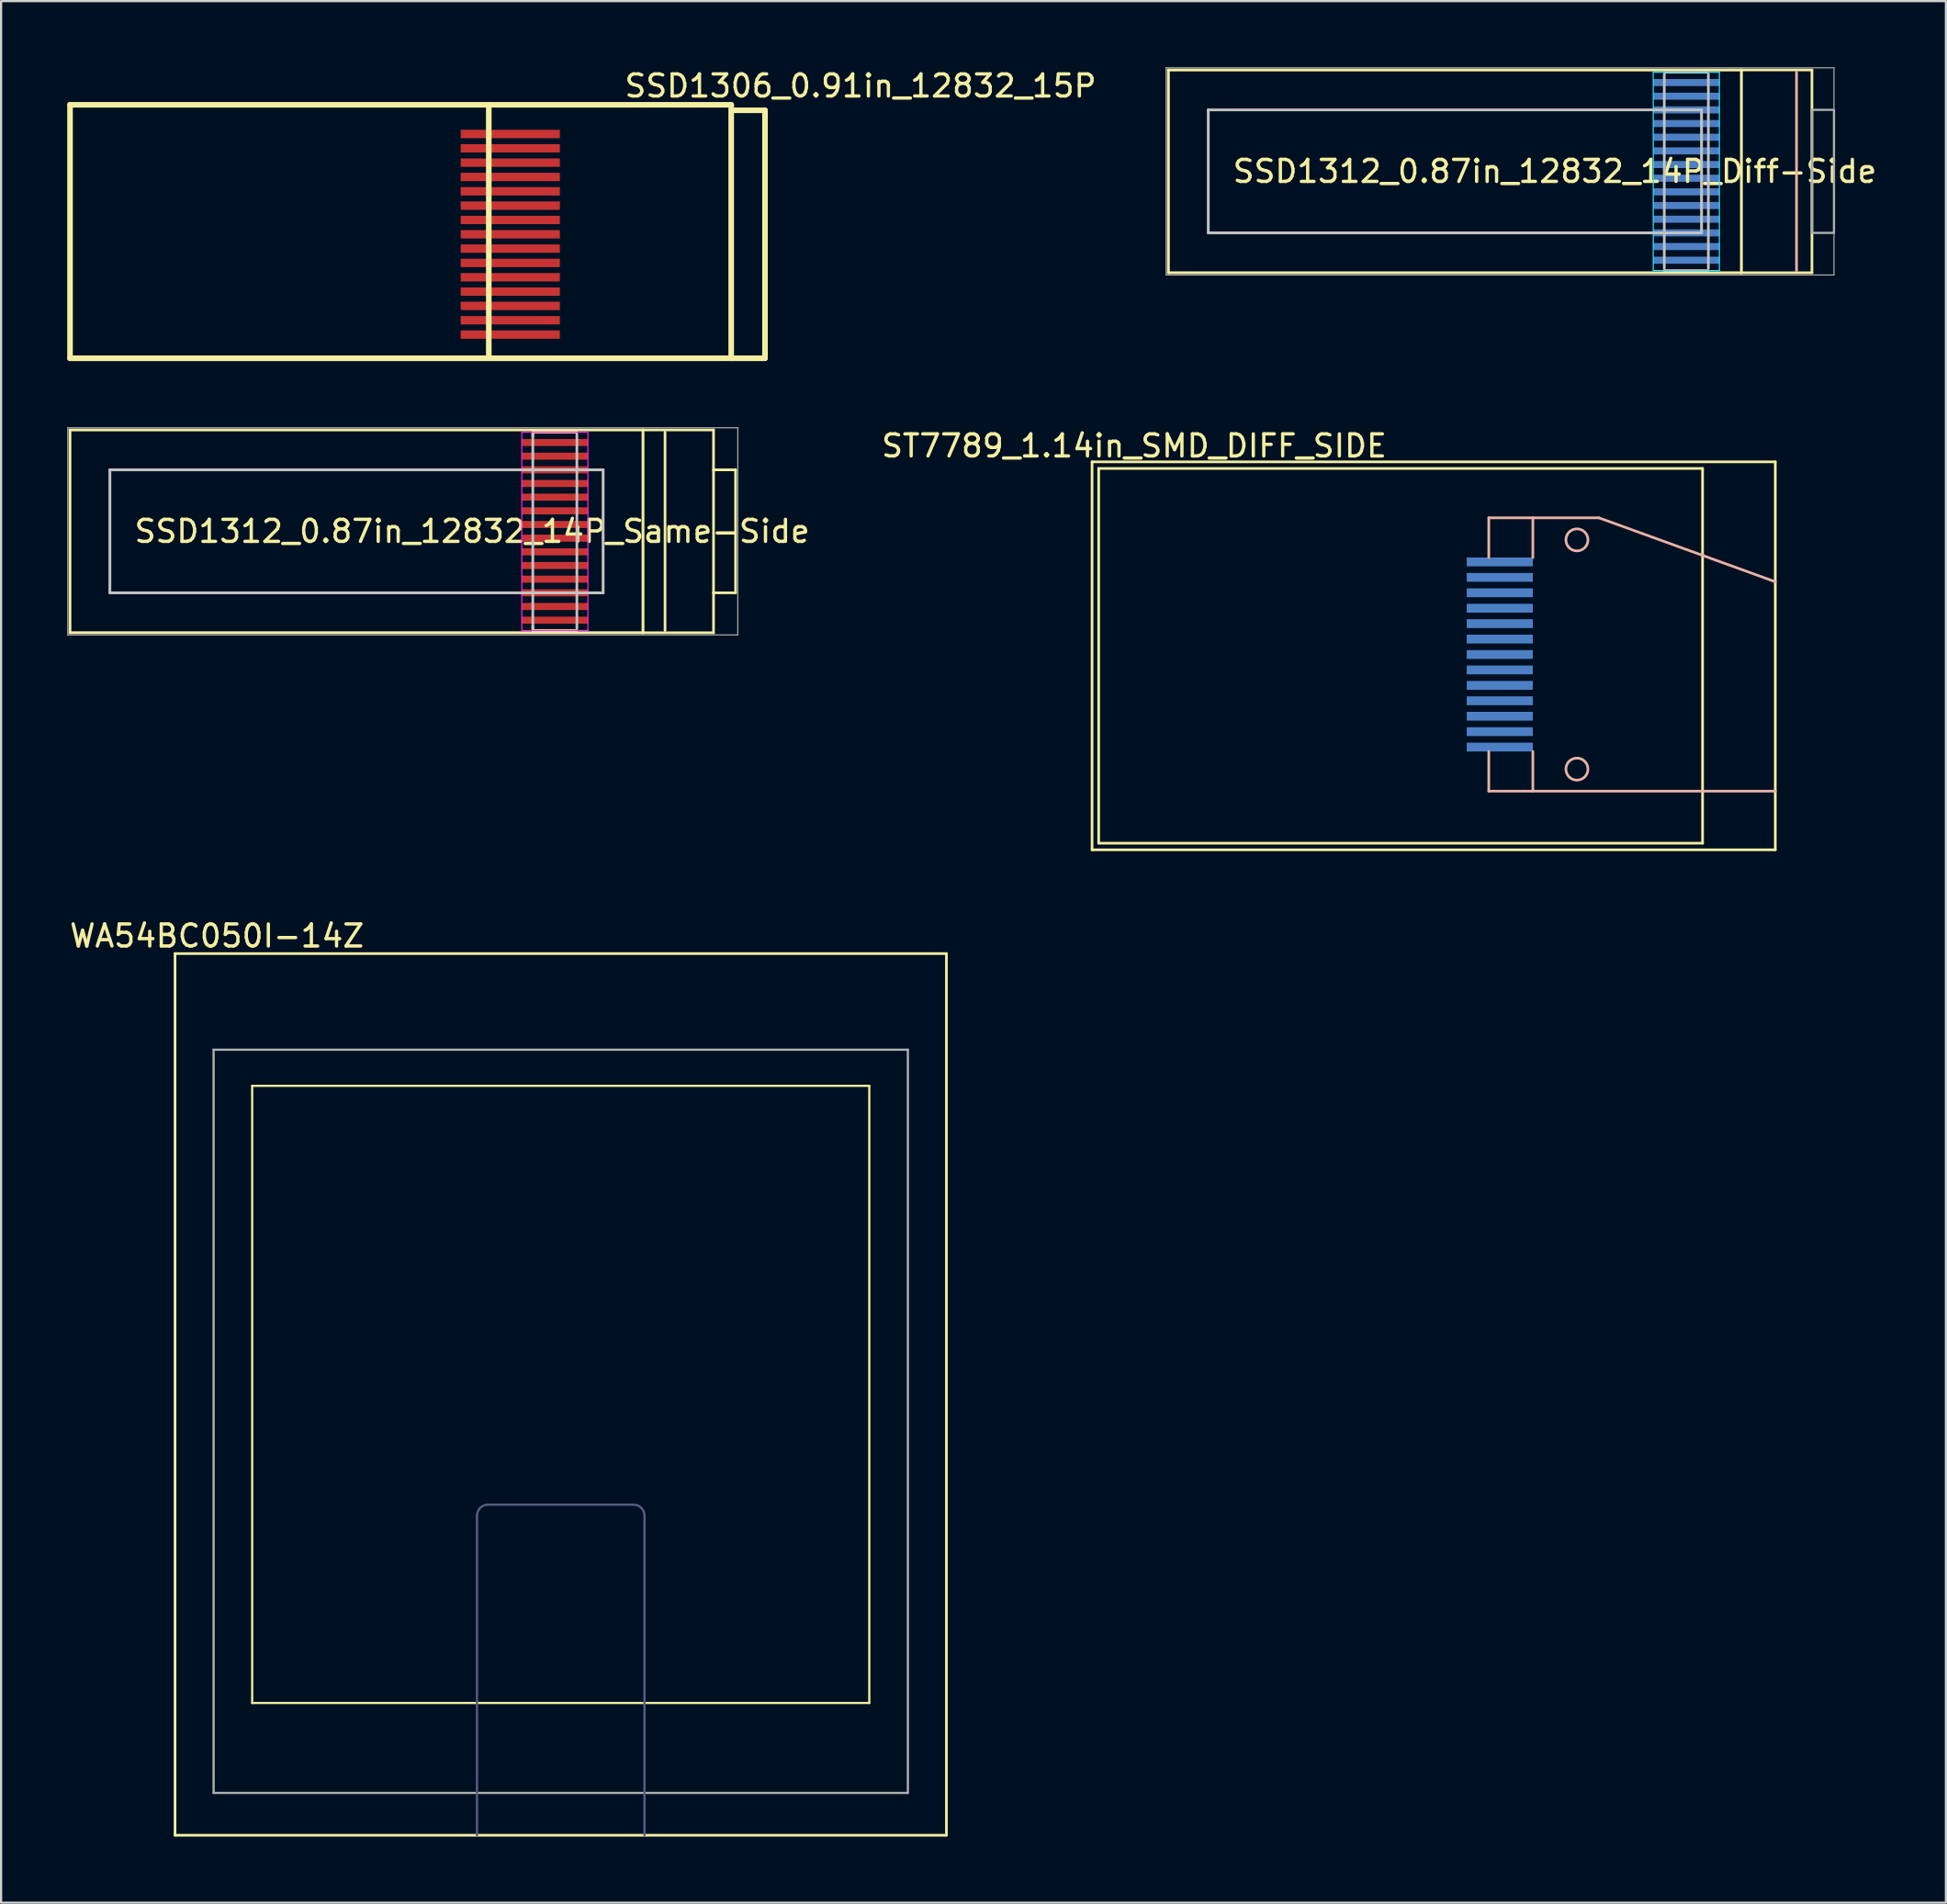
<source format=kicad_pcb>
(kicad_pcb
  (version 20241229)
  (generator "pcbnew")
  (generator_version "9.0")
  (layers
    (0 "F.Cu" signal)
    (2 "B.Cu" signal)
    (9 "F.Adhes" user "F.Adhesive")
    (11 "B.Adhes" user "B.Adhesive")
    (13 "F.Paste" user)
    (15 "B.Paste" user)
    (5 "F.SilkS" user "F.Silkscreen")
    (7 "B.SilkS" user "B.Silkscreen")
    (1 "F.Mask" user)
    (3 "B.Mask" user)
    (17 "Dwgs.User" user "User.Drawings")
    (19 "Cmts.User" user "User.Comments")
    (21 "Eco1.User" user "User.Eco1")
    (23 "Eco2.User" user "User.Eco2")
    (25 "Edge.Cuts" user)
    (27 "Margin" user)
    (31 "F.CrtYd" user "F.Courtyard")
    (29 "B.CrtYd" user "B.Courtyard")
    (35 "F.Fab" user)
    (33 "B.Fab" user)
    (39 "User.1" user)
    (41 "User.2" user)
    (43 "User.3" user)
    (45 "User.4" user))
  (footprint "SSD1312_0.87in_12832_14P_Same-Side"
    (layer "F.Cu")
    (at 13.125 21.056)
    (property "Reference" "SSD1312_0.87in_12832_14P_Same-Side" (at -10.16 0 180) (layer "F.SilkS") (effects (font (size 1 1) (thickness 0.15)) (justify left)))
    (attr smd)
    (fp_line (start -13 -4.6) (end -13 4.6) (stroke (width 0.127) (type solid)) (layer "F.SilkS"))
    (fp_line (start -13 -4.6) (end 13 -4.6) (stroke (width 0.127) (type solid)) (layer "F.SilkS"))
    (fp_line (start 8 -4.5) (end 8 -4.3) (stroke (width 0.12) (type default)) (layer "F.SilkS"))
    (fp_line (start 8 -4.5) (end 10 -4.5) (stroke (width 0.12) (type default)) (layer "F.SilkS"))
    (fp_line (start 8 4.5) (end 8 4.3) (stroke (width 0.12) (type default)) (layer "F.SilkS"))
    (fp_line (start 8 4.5) (end 10 4.5) (stroke (width 0.12) (type default)) (layer "F.SilkS"))
    (fp_line (start 13 -4.6) (end 16.2 -4.6) (stroke (width 0.12) (type default)) (layer "F.SilkS"))
    (fp_line (start 13 4.6) (end -13 4.6) (stroke (width 0.127) (type solid)) (layer "F.SilkS"))
    (fp_line (start 13 4.6) (end 13 -4.6) (stroke (width 0.127) (type solid)) (layer "F.SilkS"))
    (fp_line (start 13 4.6) (end 16.2 4.6) (stroke (width 0.12) (type default)) (layer "F.SilkS"))
    (fp_line (start 14 -4.5) (end 14 4.5) (stroke (width 0.12) (type default)) (layer "F.SilkS"))
    (fp_line (start 16.2 -4.6) (end 16.2 -2.79) (stroke (width 0.12) (type default)) (layer "F.SilkS"))
    (fp_line (start 16.2 -2.79) (end 16.2 2.79) (stroke (width 0.12) (type default)) (layer "F.SilkS"))
    (fp_line (start 16.2 -2.79) (end 17.2 -2.79) (stroke (width 0.12) (type default)) (layer "F.SilkS"))
    (fp_line (start 16.2 2.79) (end 16.2 4.6) (stroke (width 0.12) (type default)) (layer "F.SilkS"))
    (fp_line (start 17.2 -2.79) (end 17.2 2.79) (stroke (width 0.12) (type default)) (layer "F.SilkS"))
    (fp_line (start 17.2 2.79) (end 16.2 2.79) (stroke (width 0.12) (type default)) (layer "F.SilkS"))
    (fp_line (start -11.19 -2.79) (end 11.19 -2.79) (stroke (width 0.127) (type solid)) (layer "Dwgs.User"))
    (fp_line (start -11.19 2.79) (end -11.19 -2.79) (stroke (width 0.127) (type solid)) (layer "Dwgs.User"))
    (fp_line (start 8 4.4) (end 8 -4.4) (stroke (width 0.12) (type default)) (layer "Dwgs.User"))
    (fp_line (start 10 -4.4) (end 10 4.4) (stroke (width 0.12) (type default)) (layer "Dwgs.User"))
    (fp_line (start 11.19 -2.79) (end 11.19 2.79) (stroke (width 0.127) (type solid)) (layer "Dwgs.User"))
    (fp_line (start 11.19 2.79) (end -11.19 2.79) (stroke (width 0.127) (type solid)) (layer "Dwgs.User"))
    (fp_line (start 7.5 -4.5) (end 10.5 -4.5) (stroke (width 0.05) (type default)) (layer "F.CrtYd"))
    (fp_line (start 7.5 4.5) (end 7.5 -4.5) (stroke (width 0.05) (type default)) (layer "F.CrtYd"))
    (fp_line (start 10.5 -4.5) (end 10.5 4.5) (stroke (width 0.05) (type default)) (layer "F.CrtYd"))
    (fp_line (start 10.5 4.5) (end 7.5 4.5) (stroke (width 0.05) (type default)) (layer "F.CrtYd"))
    (fp_line (start -13.1 -4.7) (end 17.3 -4.7) (stroke (width 0.05) (type default)) (layer "F.Fab"))
    (fp_line (start -13.1 4.7) (end -13.1 -4.7) (stroke (width 0.05) (type default)) (layer "F.Fab"))
    (fp_line (start 17.3 -4.7) (end 17.3 4.7) (stroke (width 0.05) (type default)) (layer "F.Fab"))
    (fp_line (start 17.3 4.7) (end -13.1 4.7) (stroke (width 0.05) (type default)) (layer "F.Fab"))
    (pad "1" smd rect (at 9 4.03) (size 3 0.32) (layers "F.Cu" "F.Mask" "F.Paste"))
    (pad "2" smd rect (at 9 3.41) (size 3 0.32) (layers "F.Cu" "F.Mask" "F.Paste"))
    (pad "3" smd rect (at 9 2.79) (size 3 0.32) (layers "F.Cu" "F.Mask" "F.Paste"))
    (pad "4" smd rect (at 9 2.17) (size 3 0.32) (layers "F.Cu" "F.Mask" "F.Paste"))
    (pad "5" smd rect (at 9 1.55) (size 3 0.32) (layers "F.Cu" "F.Mask" "F.Paste"))
    (pad "6" smd rect (at 9 0.93) (size 3 0.32) (layers "F.Cu" "F.Mask" "F.Paste"))
    (pad "7" smd rect (at 9 0.31) (size 3 0.32) (layers "F.Cu" "F.Mask" "F.Paste"))
    (pad "8" smd rect (at 9 -0.31) (size 3 0.32) (layers "F.Cu" "F.Mask" "F.Paste"))
    (pad "9" smd rect (at 9 -0.93) (size 3 0.32) (layers "F.Cu" "F.Mask" "F.Paste"))
    (pad "10" smd rect (at 9 -1.55) (size 3 0.32) (layers "F.Cu" "F.Mask" "F.Paste"))
    (pad "11" smd rect (at 9 -2.17) (size 3 0.32) (layers "F.Cu" "F.Mask" "F.Paste"))
    (pad "12" smd rect (at 9 -2.79) (size 3 0.32) (layers "F.Cu" "F.Mask" "F.Paste"))
    (pad "13" smd rect (at 9 -3.41) (size 3 0.32) (layers "F.Cu" "F.Mask" "F.Paste"))
    (pad "14" smd rect (at 9 -4.03) (size 3 0.32) (layers "F.Cu" "F.Mask" "F.Paste")))
  (footprint "WA54BC050I-14Z"
    (layer "F.Cu")
    (at 22.392 60.213)
    (property "Reference" "WA54BC050I-14Z" (at -15.6 -20.8 0) (layer "F.SilkS") (effects (font (size 1 1) (thickness 0.15))))
    (attr smd)
    (fp_line (start -17.5 -20) (end -17.5 20) (stroke (width 0.12) (type solid)) (layer "F.SilkS"))
    (fp_line (start -17.5 20) (end 17.5 20) (stroke (width 0.12) (type solid)) (layer "F.SilkS"))
    (fp_line (start -14 -14) (end -14 14) (stroke (width 0.1) (type solid)) (layer "F.SilkS"))
    (fp_line (start -14 -14) (end 14 -14) (stroke (width 0.1) (type solid)) (layer "F.SilkS"))
    (fp_line (start -14 14) (end 14 14) (stroke (width 0.1) (type solid)) (layer "F.SilkS"))
    (fp_line (start 14 -14) (end 14 14) (stroke (width 0.1) (type solid)) (layer "F.SilkS"))
    (fp_line (start 17.5 -20) (end -17.5 -20) (stroke (width 0.12) (type solid)) (layer "F.SilkS"))
    (fp_line (start 17.5 -20) (end 17.5 20) (stroke (width 0.12) (type solid)) (layer "F.SilkS"))
    (fp_line (start -3.8 20) (end -3.8 5.5) (stroke (width 0.1) (type default)) (layer "B.Fab"))
    (fp_line (start -3.3 5) (end 3.3 5) (stroke (width 0.1) (type default)) (layer "B.Fab"))
    (fp_line (start 3.8 20) (end 3.8 5.5) (stroke (width 0.1) (type default)) (layer "B.Fab"))
    (fp_arc (start -3.8 5.5) (mid -3.653553 5.146447) (end -3.3 5) (stroke (width 0.1) (type default)) (layer "B.Fab"))
    (fp_arc (start 3.3 5) (mid 3.653553 5.146447) (end 3.8 5.5) (stroke (width 0.1) (type default)) (layer "B.Fab"))
    (fp_line (start -15.75 -15.64) (end -15.75 18.08) (stroke (width 0.1) (type solid)) (layer "F.Fab"))
    (fp_line (start 15.75 -15.64) (end -15.75 -15.64) (stroke (width 0.1) (type solid)) (layer "F.Fab"))
    (fp_line (start 15.75 -15.64) (end 15.75 18.08) (stroke (width 0.1) (type solid)) (layer "F.Fab"))
    (fp_line (start 15.75 18.08) (end -15.75 18.08) (stroke (width 0.1) (type solid)) (layer "F.Fab")))
  (footprint "SSD1312_0.87in_12832_14P_Diff-Side"
    (layer "F.Cu")
    (at 62.963 4.725)
    (property "Reference" "SSD1312_0.87in_12832_14P_Diff-Side" (at -10.16 0 180) (layer "F.SilkS") (effects (font (size 1 1) (thickness 0.15)) (justify left)))
    (attr smd)
    (fp_line (start -13 -4.6) (end -13 4.6) (stroke (width 0.127) (type solid)) (layer "F.SilkS"))
    (fp_line (start -13 -4.6) (end 13 -4.6) (stroke (width 0.127) (type solid)) (layer "F.SilkS"))
    (fp_line (start 13 -4.6) (end 16.2 -4.6) (stroke (width 0.12) (type default)) (layer "F.SilkS"))
    (fp_line (start 13 4.6) (end -13 4.6) (stroke (width 0.127) (type solid)) (layer "F.SilkS"))
    (fp_line (start 13 4.6) (end 13 -4.6) (stroke (width 0.127) (type solid)) (layer "F.SilkS"))
    (fp_line (start 13 4.6) (end 16.2 4.6) (stroke (width 0.12) (type default)) (layer "F.SilkS"))
    (fp_line (start 16.2 -4.6) (end 16.2 4.6) (stroke (width 0.12) (type default)) (layer "F.SilkS"))
    (fp_line (start 9.5 -4.5) (end 11.5 -4.5) (stroke (width 0.12) (type default)) (layer "B.SilkS"))
    (fp_line (start 9.5 4.5) (end 11.5 4.5) (stroke (width 0.12) (type default)) (layer "B.SilkS"))
    (fp_line (start 15.5 -4.5) (end 15.5 4.5) (stroke (width 0.12) (type default)) (layer "B.SilkS"))
    (fp_line (start -11.19 -2.79) (end 11.19 -2.79) (stroke (width 0.127) (type solid)) (layer "Dwgs.User"))
    (fp_line (start -11.19 2.79) (end -11.19 -2.79) (stroke (width 0.127) (type solid)) (layer "Dwgs.User"))
    (fp_line (start 9.5 4.4) (end 9.5 -4.4) (stroke (width 0.12) (type default)) (layer "Dwgs.User"))
    (fp_line (start 11.19 -2.79) (end 11.19 2.79) (stroke (width 0.127) (type solid)) (layer "Dwgs.User"))
    (fp_line (start 11.19 2.79) (end -11.19 2.79) (stroke (width 0.127) (type solid)) (layer "Dwgs.User"))
    (fp_line (start 11.5 -4.4) (end 11.5 4.4) (stroke (width 0.12) (type default)) (layer "Dwgs.User"))
    (fp_line (start 9 -4.5) (end 9 4.5) (stroke (width 0.05) (type default)) (layer "B.CrtYd"))
    (fp_line (start 9 4.5) (end 12 4.5) (stroke (width 0.05) (type default)) (layer "B.CrtYd"))
    (fp_line (start 12 -4.5) (end 9 -4.5) (stroke (width 0.05) (type default)) (layer "B.CrtYd"))
    (fp_line (start 12 4.5) (end 12 -4.5) (stroke (width 0.05) (type default)) (layer "B.CrtYd"))
    (fp_line (start -13.1 -4.7) (end 17.2 -4.7) (stroke (width 0.05) (type default)) (layer "F.Fab"))
    (fp_line (start -13.1 4.7) (end -13.1 -4.7) (stroke (width 0.05) (type default)) (layer "F.Fab"))
    (fp_line (start 17.2 4.7) (end -13.1 4.7) (stroke (width 0.05) (type default)) (layer "F.Fab"))
    (fp_line (start 17.2 4.7) (end 17.2 -4.7) (stroke (width 0.05) (type default)) (layer "F.Fab"))
    (fp_rect (start 16.2 -2.79) (end 17.2 2.79) (stroke (width 0.1) (type default)) (fill no) (layer "F.Fab"))
    (pad "1" smd rect (at 10.5 4.03) (size 3 0.32) (layers "B.Cu" "B.Mask" "B.Paste"))
    (pad "2" smd rect (at 10.5 3.41) (size 3 0.32) (layers "B.Cu" "B.Mask" "B.Paste"))
    (pad "3" smd rect (at 10.5 2.79) (size 3 0.32) (layers "B.Cu" "B.Mask" "B.Paste"))
    (pad "4" smd rect (at 10.5 2.17) (size 3 0.32) (layers "B.Cu" "B.Mask" "B.Paste"))
    (pad "5" smd rect (at 10.5 1.55) (size 3 0.32) (layers "B.Cu" "B.Mask" "B.Paste"))
    (pad "6" smd rect (at 10.5 0.93) (size 3 0.32) (layers "B.Cu" "B.Mask" "B.Paste"))
    (pad "7" smd rect (at 10.5 0.31) (size 3 0.32) (layers "B.Cu" "B.Mask" "B.Paste"))
    (pad "8" smd rect (at 10.5 -0.31) (size 3 0.32) (layers "B.Cu" "B.Mask" "B.Paste"))
    (pad "9" smd rect (at 10.5 -0.93) (size 3 0.32) (layers "B.Cu" "B.Mask" "B.Paste"))
    (pad "10" smd rect (at 10.5 -1.55) (size 3 0.32) (layers "B.Cu" "B.Mask" "B.Paste"))
    (pad "11" smd rect (at 10.5 -2.17) (size 3 0.32) (layers "B.Cu" "B.Mask" "B.Paste"))
    (pad "12" smd rect (at 10.5 -2.79) (size 3 0.32) (layers "B.Cu" "B.Mask" "B.Paste"))
    (pad "13" smd rect (at 10.5 -3.41) (size 3 0.32) (layers "B.Cu" "B.Mask" "B.Paste"))
    (pad "14" smd rect (at 10.5 -4.03) (size 3 0.32) (layers "B.Cu" "B.Mask" "B.Paste")))
  (footprint "ST7789_1.14in_SMD_DIFF_SIDE"
    (layer "F.Cu")
    (at 62 26.704)
    (property "Reference" "ST7789_1.14in_SMD_DIFF_SIDE" (at -13.589 -9.525 0) (layer "F.SilkS") (effects (font (size 1 1) (thickness 0.15))))
    (attr smd)
    (fp_line (start -15.5 -8.8) (end -15.5 8.8) (stroke (width 0.12) (type solid)) (layer "F.SilkS"))
    (fp_line (start -15.5 -8.8) (end 15.5 -8.8) (stroke (width 0.12) (type solid)) (layer "F.SilkS"))
    (fp_line (start -15.5 8.8) (end 15.5 8.8) (stroke (width 0.12) (type solid)) (layer "F.SilkS"))
    (fp_line (start -15.2 -8.5) (end -15.2 8.5) (stroke (width 0.12) (type solid)) (layer "F.SilkS"))
    (fp_line (start -15.2 -8.5) (end 12.2 -8.5) (stroke (width 0.12) (type solid)) (layer "F.SilkS"))
    (fp_line (start -15.2 8.5) (end 12.2 8.5) (stroke (width 0.12) (type solid)) (layer "F.SilkS"))
    (fp_line (start 12.2 -8.5) (end 12.2 8.5) (stroke (width 0.12) (type solid)) (layer "F.SilkS"))
    (fp_line (start 15.5 -8.8) (end 15.5 8.8) (stroke (width 0.12) (type solid)) (layer "F.SilkS"))
    (fp_line (start 2.5 -6.26) (end 2.5 -4.46) (stroke (width 0.12) (type solid)) (layer "B.SilkS"))
    (fp_line (start 2.5 6.14) (end 2.5 4.34) (stroke (width 0.12) (type solid)) (layer "B.SilkS"))
    (fp_line (start 4.5 -6.26) (end 4.5 -4.46) (stroke (width 0.12) (type solid)) (layer "B.SilkS"))
    (fp_line (start 4.5 6.14) (end 4.5 4.34) (stroke (width 0.12) (type solid)) (layer "B.SilkS"))
    (fp_line (start 7.5 -6.26) (end 2.5 -6.26) (stroke (width 0.12) (type solid)) (layer "B.SilkS"))
    (fp_line (start 7.5 -6.26) (end 15.5 -3.36) (stroke (width 0.12) (type solid)) (layer "B.SilkS"))
    (fp_line (start 15.5 6.14) (end 2.5 6.14) (stroke (width 0.12) (type solid)) (layer "B.SilkS"))
    (fp_circle (center 6.5 -5.26) (end 7 -5.26) (stroke (width 0.12) (type solid)) (fill no) (layer "B.SilkS"))
    (fp_circle (center 6.5 5.14) (end 7 5.14) (stroke (width 0.12) (type solid)) (fill no) (layer "B.SilkS"))
    (pad "1" smd rect (at 3 -4.26 90) (size 0.4 3) (layers "B.Cu" "B.Paste"))
    (pad "2" smd rect (at 3 -3.56 90) (size 0.4 3) (layers "B.Cu" "B.Paste"))
    (pad "3" smd rect (at 3 -2.86 90) (size 0.4 3) (layers "B.Cu" "B.Paste"))
    (pad "4" smd rect (at 3 -2.16 90) (size 0.4 3) (layers "B.Cu" "B.Paste"))
    (pad "5" smd rect (at 3 -1.46 90) (size 0.4 3) (layers "B.Cu" "B.Paste"))
    (pad "6" smd rect (at 3 -0.76 90) (size 0.4 3) (layers "B.Cu" "B.Paste"))
    (pad "7" smd rect (at 3 -0.06 90) (size 0.4 3) (layers "B.Cu" "B.Paste"))
    (pad "8" smd rect (at 3 0.64 90) (size 0.4 3) (layers "B.Cu" "B.Paste"))
    (pad "9" smd rect (at 3 1.34 90) (size 0.4 3) (layers "B.Cu" "B.Paste"))
    (pad "10" smd rect (at 3 2.04 90) (size 0.4 3) (layers "B.Cu" "B.Paste"))
    (pad "11" smd rect (at 3 2.74 90) (size 0.4 3) (layers "B.Cu" "B.Paste"))
    (pad "12" smd rect (at 3 3.44 90) (size 0.4 3) (layers "B.Cu" "B.Paste"))
    (pad "13" smd rect (at 3 4.14 90) (size 0.4 3) (layers "B.Cu" "B.Paste")))
  (footprint "SSD1306_0.91in_12832_15P"
    (layer "F.Cu")
    (at 20.127 7.579)
    (property "Reference" "SSD1306_0.91in_12832_15P" (at 5.08 -6.731 180) (layer "F.SilkS") (effects (font (size 1 1) (thickness 0.15)) (justify left)))
    (attr through_hole)
    (fp_line (start -20 -5.875) (end 10 -5.875) (stroke (width 0.254) (type solid)) (layer "F.SilkS"))
    (fp_line (start -20 5.625) (end -20 -5.875) (stroke (width 0.254) (type solid)) (layer "F.SilkS"))
    (fp_line (start -1 -5.875) (end -1 5.625) (stroke (width 0.254) (type solid)) (layer "F.SilkS"))
    (fp_line (start 10 -5.875) (end 10 5.625) (stroke (width 0.254) (type solid)) (layer "F.SilkS"))
    (fp_line (start 10 5.625) (end -20 5.625) (stroke (width 0.254) (type solid)) (layer "F.SilkS"))
    (fp_line (start 10 5.625) (end 11.533 5.625) (stroke (width 0.254) (type solid)) (layer "F.SilkS"))
    (fp_line (start 10.033 -5.625) (end 11.533 -5.625) (stroke (width 0.254) (type solid)) (layer "F.SilkS"))
    (fp_line (start 11.533 -5.625) (end 11.533 5.625) (stroke (width 0.254) (type solid)) (layer "F.SilkS"))
    (pad "1" smd rect (at -0.024 4.55) (size 4.5 0.38) (layers "F.Cu" "F.Mask" "F.Paste"))
    (pad "2" smd rect (at -0.024 3.9) (size 4.5 0.38) (layers "F.Cu" "F.Mask" "F.Paste"))
    (pad "3" smd rect (at -0.024 3.25) (size 4.5 0.38) (layers "F.Cu" "F.Mask" "F.Paste"))
    (pad "4" smd rect (at -0.024 2.6) (size 4.5 0.38) (layers "F.Cu" "F.Mask" "F.Paste"))
    (pad "5" smd rect (at -0.024 1.95) (size 4.5 0.38) (layers "F.Cu" "F.Mask" "F.Paste"))
    (pad "6" smd rect (at -0.024 1.3) (size 4.5 0.38) (layers "F.Cu" "F.Mask" "F.Paste"))
    (pad "7" smd rect (at -0.024 0.65) (size 4.5 0.38) (layers "F.Cu" "F.Mask" "F.Paste"))
    (pad "8" smd rect (at -0.024 0) (size 4.5 0.38) (layers "F.Cu" "F.Mask" "F.Paste"))
    (pad "9" smd rect (at -0.024 -0.65) (size 4.5 0.38) (layers "F.Cu" "F.Mask" "F.Paste"))
    (pad "10" smd rect (at -0.024 -1.3) (size 4.5 0.38) (layers "F.Cu" "F.Mask" "F.Paste"))
    (pad "11" smd rect (at -0.024 -1.95) (size 4.5 0.38) (layers "F.Cu" "F.Mask" "F.Paste"))
    (pad "12" smd rect (at -0.024 -2.6) (size 4.5 0.38) (layers "F.Cu" "F.Mask" "F.Paste"))
    (pad "13" smd rect (at -0.024 -3.25) (size 4.5 0.38) (layers "F.Cu" "F.Mask" "F.Paste"))
    (pad "14" smd rect (at -0.024 -3.9) (size 4.5 0.38) (layers "F.Cu" "F.Mask" "F.Paste"))
    (pad "15" smd rect (at -0.024 -4.55) (size 4.5 0.38) (layers "F.Cu" "F.Mask" "F.Paste")))
  (gr_rect
    (start -3 -3)
    (end 85.243 83.273)
    (stroke (width 0.1) (type default))
    (fill no)
    (layer "Edge.Cuts")))
</source>
